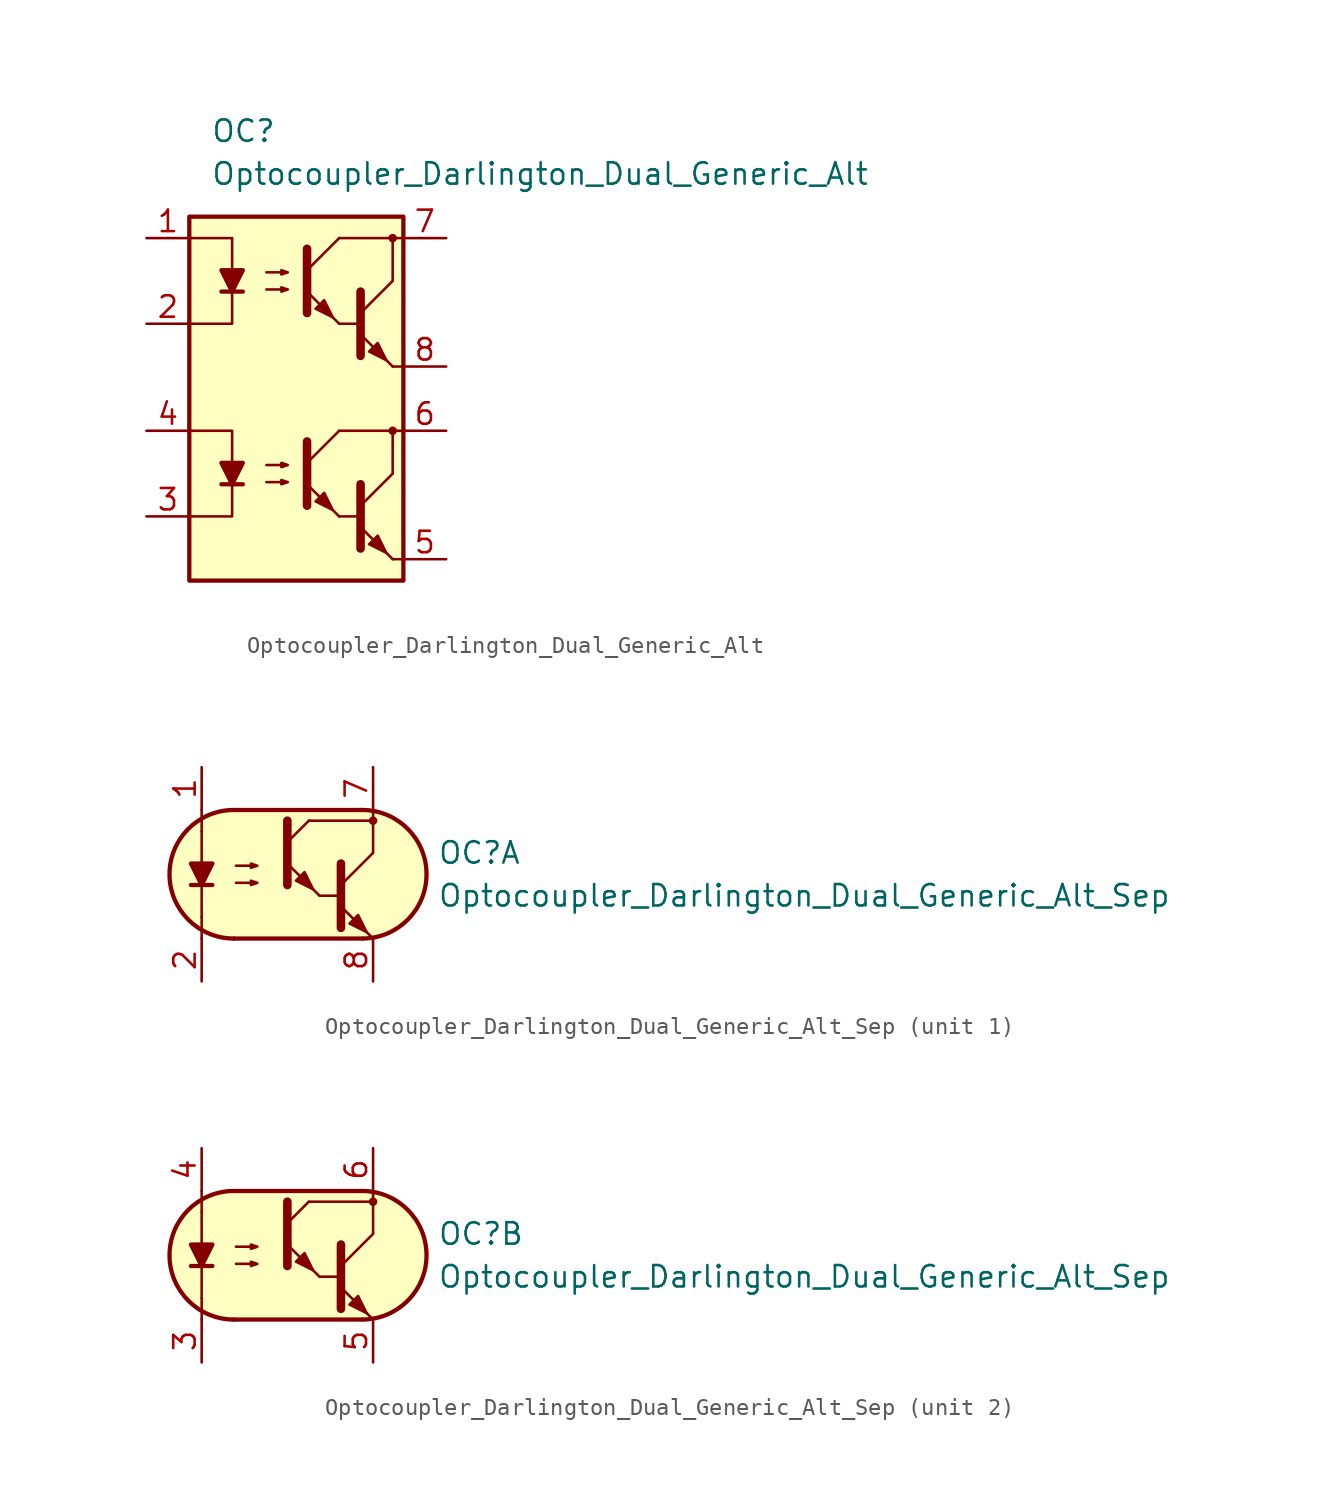
<source format=kicad_sym>
(kicad_symbol_lib
  (version 20211014)
  (generator kicad_symbol_editor)
  (symbol "Optocoupler_AKL:Optocoupler_Darlington_Dual_Generic_Alt"
    (pin_names
      (offset 1.016))
    (property "Reference" "OC"
      (at -3.81 15.24 0)
      (effects (font (size 1.27 1.27)) (justify left)))
    (property "Value" "Optocoupler_Darlington_Dual_Generic_Alt"
      (at -3.81 12.7 0)
      (effects (font (size 1.27 1.27)) (justify left)))
    (symbol "Optocoupler_Darlington_Dual_Generic_Alt_0_1"
      (rectangle (start -5.08 10.16) (end 7.62 -11.43) (stroke (width 0.254) (type default) (color 0 0 0 0)) (fill (type background)))
      (polyline (pts (xy -3.175 5.715) (xy -1.905 5.715)) (stroke (width 0.254) (type default) (color 0 0 0 0)) (fill (type none)))
      (polyline (pts (xy 3.81 3.81) (xy 5.08 3.81)) (stroke (width 0) (type default) (color 0 0 0 0)) (fill (type none)))
      (polyline (pts (xy 5.08 4.445) (xy 6.985 6.35)) (stroke (width 0) (type default) (color 0 0 0 0)) (fill (type none)))
      (polyline (pts (xy 6.985 1.27) (xy 5.08 3.175)) (stroke (width 0) (type default) (color 0 0 0 0)) (fill (type outline)))
      (polyline (pts (xy 6.985 1.27) (xy 7.62 1.27)) (stroke (width 0) (type default) (color 0 0 0 0)) (fill (type none)))
      (polyline (pts (xy 6.985 6.35) (xy 6.985 8.89)) (stroke (width 0) (type default) (color 0 0 0 0)) (fill (type none)))
      (polyline (pts (xy 7.62 8.89) (xy 3.81 8.89)) (stroke (width 0) (type default) (color 0 0 0 0)) (fill (type none)))
      (polyline (pts (xy -5.08 8.89) (xy -2.54 8.89) (xy -2.54 5.715)) (stroke (width 0) (type default) (color 0 0 0 0)) (fill (type none)))
      (polyline (pts (xy -2.54 5.715) (xy -2.54 3.81) (xy -5.08 3.81)) (stroke (width 0) (type default) (color 0 0 0 0)) (fill (type none)))
      (polyline (pts (xy 5.08 5.715) (xy 5.08 1.905) (xy 5.08 1.905)) (stroke (width 0.508) (type default) (color 0 0 0 0)) (fill (type none)))
      (polyline (pts (xy -2.54 5.715) (xy -3.175 6.985) (xy -1.905 6.985) (xy -2.54 5.715)) (stroke (width 0.254) (type default) (color 0 0 0 0)) (fill (type outline)))
      (polyline (pts (xy -0.508 5.842) (xy 0.762 5.842) (xy 0.381 5.715) (xy 0.381 5.969) (xy 0.762 5.842)) (stroke (width 0) (type default) (color 0 0 0 0)) (fill (type none)))
      (polyline (pts (xy -0.508 6.858) (xy 0.762 6.858) (xy 0.381 6.731) (xy 0.381 6.985) (xy 0.762 6.858)) (stroke (width 0) (type default) (color 0 0 0 0)) (fill (type none)))
      (polyline (pts (xy 5.588 2.159) (xy 6.096 2.667) (xy 6.604 1.651) (xy 5.588 2.159) (xy 5.588 2.159)) (stroke (width 0) (type default) (color 0 0 0 0)) (fill (type outline)))
      (circle (center 6.985 8.89) (radius 0.178) (stroke (width 0)) (stroke (width 0) (type default) (color 0 0 0 0)) (fill (type outline))))
    (symbol "Optocoupler_Darlington_Dual_Generic_Alt_1_1"
      (polyline (pts (xy -3.175 -5.715) (xy -1.905 -5.715)) (stroke (width 0.254) (type default) (color 0 0 0 0)) (fill (type none)))
      (polyline (pts (xy 1.905 -4.445) (xy 3.81 -2.54)) (stroke (width 0) (type default) (color 0 0 0 0)) (fill (type none)))
      (polyline (pts (xy 1.905 6.985) (xy 3.81 8.89)) (stroke (width 0) (type default) (color 0 0 0 0)) (fill (type none)))
      (polyline (pts (xy 3.81 -7.62) (xy 1.905 -5.715)) (stroke (width 0) (type default) (color 0 0 0 0)) (fill (type outline)))
      (polyline (pts (xy 3.81 -7.62) (xy 5.08 -7.62)) (stroke (width 0) (type default) (color 0 0 0 0)) (fill (type none)))
      (polyline (pts (xy 3.81 3.81) (xy 1.905 5.715)) (stroke (width 0) (type default) (color 0 0 0 0)) (fill (type outline)))
      (polyline (pts (xy 5.08 -6.985) (xy 6.985 -5.08)) (stroke (width 0) (type default) (color 0 0 0 0)) (fill (type none)))
      (polyline (pts (xy 6.985 -10.16) (xy 5.08 -8.255)) (stroke (width 0) (type default) (color 0 0 0 0)) (fill (type outline)))
      (polyline (pts (xy 6.985 -10.16) (xy 7.62 -10.16)) (stroke (width 0) (type default) (color 0 0 0 0)) (fill (type none)))
      (polyline (pts (xy 6.985 -5.08) (xy 6.985 -2.54)) (stroke (width 0) (type default) (color 0 0 0 0)) (fill (type none)))
      (polyline (pts (xy 7.62 -2.54) (xy 3.81 -2.54)) (stroke (width 0) (type default) (color 0 0 0 0)) (fill (type none)))
      (polyline (pts (xy -5.08 -2.54) (xy -2.54 -2.54) (xy -2.54 -5.715)) (stroke (width 0) (type default) (color 0 0 0 0)) (fill (type none)))
      (polyline (pts (xy -2.54 -5.715) (xy -2.54 -7.62) (xy -5.08 -7.62)) (stroke (width 0) (type default) (color 0 0 0 0)) (fill (type none)))
      (polyline (pts (xy 1.905 -3.175) (xy 1.905 -6.985) (xy 1.905 -6.985)) (stroke (width 0.508) (type default) (color 0 0 0 0)) (fill (type none)))
      (polyline (pts (xy 1.905 8.255) (xy 1.905 4.445) (xy 1.905 4.445)) (stroke (width 0.508) (type default) (color 0 0 0 0)) (fill (type none)))
      (polyline (pts (xy 5.08 -5.715) (xy 5.08 -9.525) (xy 5.08 -9.525)) (stroke (width 0.508) (type default) (color 0 0 0 0)) (fill (type none)))
      (polyline (pts (xy -2.54 -5.715) (xy -3.175 -4.445) (xy -1.905 -4.445) (xy -2.54 -5.715)) (stroke (width 0.254) (type default) (color 0 0 0 0)) (fill (type outline)))
      (polyline (pts (xy -0.508 -5.588) (xy 0.762 -5.588) (xy 0.381 -5.715) (xy 0.381 -5.461) (xy 0.762 -5.588)) (stroke (width 0) (type default) (color 0 0 0 0)) (fill (type none)))
      (polyline (pts (xy -0.508 -4.572) (xy 0.762 -4.572) (xy 0.381 -4.699) (xy 0.381 -4.445) (xy 0.762 -4.572)) (stroke (width 0) (type default) (color 0 0 0 0)) (fill (type none)))
      (polyline (pts (xy 2.413 -6.731) (xy 2.921 -6.223) (xy 3.429 -7.239) (xy 2.413 -6.731) (xy 2.413 -6.731)) (stroke (width 0) (type default) (color 0 0 0 0)) (fill (type outline)))
      (polyline (pts (xy 2.413 4.699) (xy 2.921 5.207) (xy 3.429 4.191) (xy 2.413 4.699) (xy 2.413 4.699)) (stroke (width 0) (type default) (color 0 0 0 0)) (fill (type outline)))
      (polyline (pts (xy 5.588 -9.271) (xy 6.096 -8.763) (xy 6.604 -9.779) (xy 5.588 -9.271) (xy 5.588 -9.271)) (stroke (width 0) (type default) (color 0 0 0 0)) (fill (type outline)))
      (circle (center 6.985 -2.54) (radius 0.178) (stroke (width 0)) (stroke (width 0) (type default) (color 0 0 0 0)) (fill (type outline)))
      (pin passive line (at -7.62 8.89 0) (length 2.54) (name "~" (effects (font (size 1.27 1.27)))) (number "1" (effects (font (size 1.27 1.27)))))
      (pin passive line (at -7.62 3.81 0) (length 2.54) (name "~" (effects (font (size 1.27 1.27)))) (number "2" (effects (font (size 1.27 1.27)))))
      (pin passive line (at -7.62 -7.62 0) (length 2.54) (name "~" (effects (font (size 1.27 1.27)))) (number "3" (effects (font (size 1.27 1.27)))))
      (pin passive line (at -7.62 -2.54 0) (length 2.54) (name "~" (effects (font (size 1.27 1.27)))) (number "4" (effects (font (size 1.27 1.27)))))
      (pin passive line (at 10.16 -10.16 180) (length 2.54) (name "~" (effects (font (size 1.27 1.27)))) (number "5" (effects (font (size 1.27 1.27)))))
      (pin passive line (at 10.16 -2.54 180) (length 2.54) (name "~" (effects (font (size 1.27 1.27)))) (number "6" (effects (font (size 1.27 1.27)))))
      (pin passive line (at 10.16 8.89 180) (length 2.54) (name "~" (effects (font (size 1.27 1.27)))) (number "7" (effects (font (size 1.27 1.27)))))
      (pin passive line (at 10.16 1.27 180) (length 2.54) (name "~" (effects (font (size 1.27 1.27)))) (number "8" (effects (font (size 1.27 1.27)))))))
  (symbol "Optocoupler_AKL:Optocoupler_Darlington_Dual_Generic_Alt_Sep"
    (pin_names
      (offset 1.016))
    (property "Reference" "OC"
      (at 8.89 1.27 0)
      (effects (font (size 1.27 1.27)) (justify left)))
    (property "Value" "Optocoupler_Darlington_Dual_Generic_Alt_Sep"
      (at 8.89 -1.27 0)
      (effects (font (size 1.27 1.27)) (justify left)))
    (property "ki_locked" ""
      (at 0 0 0)
      (effects (font (size 1.27 1.27))))
    (symbol "Optocoupler_Darlington_Dual_Generic_Alt_Sep_0_1"
      (arc (start -3.2135 3.8099) (mid -6.9851 -0.016) (end -3.1816 -3.8101) (stroke (width 0.254) (type default) (color 0 0 0 0)) (fill (type none)))
      (polyline (pts (xy -5.08 -2.54) (xy -5.08 -3.81)) (stroke (width 0.152) (type default) (color 0 0 0 0)) (fill (type none)))
      (polyline (pts (xy -5.08 -2.54) (xy -5.08 2.54)) (stroke (width 0.152) (type default) (color 0 0 0 0)) (fill (type none)))
      (polyline (pts (xy -5.08 2.54) (xy -5.08 3.81)) (stroke (width 0.152) (type default) (color 0 0 0 0)) (fill (type none)))
      (polyline (pts (xy -3.175 -3.81) (xy 4.445 -3.81)) (stroke (width 0.254) (type default) (color 0 0 0 0)) (fill (type none)))
      (polyline (pts (xy 1.27 3.175) (xy 5.08 3.175)) (stroke (width 0.152) (type default) (color 0 0 0 0)) (fill (type none)))
      (polyline (pts (xy 1.905 -1.27) (xy 3.175 -1.27)) (stroke (width 0) (type default) (color 0 0 0 0)) (fill (type none)))
      (polyline (pts (xy 3.175 -0.635) (xy 5.08 1.27)) (stroke (width 0) (type default) (color 0 0 0 0)) (fill (type none)))
      (polyline (pts (xy 4.445 3.81) (xy -3.175 3.81)) (stroke (width 0.254) (type default) (color 0 0 0 0)) (fill (type none)))
      (polyline (pts (xy 5.08 -3.81) (xy 3.175 -1.905)) (stroke (width 0) (type default) (color 0 0 0 0)) (fill (type outline)))
      (polyline (pts (xy 5.08 1.27) (xy 5.08 3.81)) (stroke (width 0.152) (type default) (color 0 0 0 0)) (fill (type none)))
      (polyline (pts (xy 3.175 0.635) (xy 3.175 -3.175) (xy 3.175 -3.175)) (stroke (width 0.508) (type default) (color 0 0 0 0)) (fill (type none)))
      (polyline (pts (xy -3.048 -0.508) (xy -1.778 -0.508) (xy -2.159 -0.635) (xy -2.159 -0.381) (xy -1.778 -0.508)) (stroke (width 0) (type default) (color 0 0 0 0)) (fill (type none)))
      (polyline (pts (xy -3.048 0.508) (xy -1.778 0.508) (xy -2.159 0.381) (xy -2.159 0.635) (xy -1.778 0.508)) (stroke (width 0) (type default) (color 0 0 0 0)) (fill (type none)))
      (polyline (pts (xy 3.683 -2.921) (xy 4.191 -2.413) (xy 4.699 -3.429) (xy 3.683 -2.921) (xy 3.683 -2.921)) (stroke (width 0) (type default) (color 0 0 0 0)) (fill (type outline)))
      (polyline (pts (xy 4.445 3.81) (xy -2.921 3.81) (xy -3.302 3.81) (xy -3.556 3.81) (xy -4.191 3.683) (xy -4.826 3.429) (xy -5.334 3.175) (xy -6.223 2.286) (xy -6.858 1.016) (xy -6.985 -0.127) (xy -6.731 -1.27) (xy -6.096 -2.413) (xy -5.08 -3.302) (xy -3.556 -3.81) (xy 4.826 -3.81) (xy 5.842 -3.556) (xy 6.858 -2.921) (xy 7.62 -2.159) (xy 8.001 -1.397) (xy 8.255 -0.127) (xy 8.128 0.889) (xy 7.874 1.651) (xy 7.493 2.286) (xy 6.985 2.794) (xy 6.35 3.302) (xy 5.461 3.683) (xy 4.445 3.81)) (stroke (width 0.01) (type default) (color 0 0 0 0)) (fill (type background)))
      (arc (start 4.4769 -3.81) (mid 8.2485 0.0159) (end 4.445 3.81) (stroke (width 0.254) (type default) (color 0 0 0 0)) (fill (type none))))
    (symbol "Optocoupler_Darlington_Dual_Generic_Alt_Sep_1_1"
      (polyline (pts (xy -5.715 -0.635) (xy -4.445 -0.635)) (stroke (width 0.254) (type default) (color 0 0 0 0)) (fill (type none)))
      (polyline (pts (xy 0 1.905) (xy 1.27 3.175)) (stroke (width 0) (type default) (color 0 0 0 0)) (fill (type none)))
      (polyline (pts (xy 1.905 -1.27) (xy 0 0.635)) (stroke (width 0) (type default) (color 0 0 0 0)) (fill (type outline)))
      (polyline (pts (xy 0 3.175) (xy 0 -0.635) (xy 0 -0.635)) (stroke (width 0.508) (type default) (color 0 0 0 0)) (fill (type none)))
      (polyline (pts (xy -5.08 -0.635) (xy -5.715 0.635) (xy -4.445 0.635) (xy -5.08 -0.635)) (stroke (width 0.254) (type default) (color 0 0 0 0)) (fill (type outline)))
      (polyline (pts (xy 0.508 -0.381) (xy 1.016 0.127) (xy 1.524 -0.889) (xy 0.508 -0.381) (xy 0.508 -0.381)) (stroke (width 0) (type default) (color 0 0 0 0)) (fill (type outline)))
      (circle (center 5.08 3.175) (radius 0.178) (stroke (width 0)) (stroke (width 0) (type default) (color 0 0 0 0)) (fill (type outline)))
      (pin passive line (at -5.08 6.35 270) (length 2.54) (name "~" (effects (font (size 1.27 1.27)))) (number "1" (effects (font (size 1.27 1.27)))))
      (pin passive line (at -5.08 -6.35 90) (length 2.54) (name "~" (effects (font (size 1.27 1.27)))) (number "2" (effects (font (size 1.27 1.27)))))
      (pin passive line (at 5.08 6.35 270) (length 2.54) (name "~" (effects (font (size 1.27 1.27)))) (number "7" (effects (font (size 1.27 1.27)))))
      (pin passive line (at 5.08 -6.35 90) (length 2.54) (name "~" (effects (font (size 1.27 1.27)))) (number "8" (effects (font (size 1.27 1.27))))))
    (symbol "Optocoupler_Darlington_Dual_Generic_Alt_Sep_2_1"
      (polyline (pts (xy -5.715 -0.635) (xy -4.445 -0.635)) (stroke (width 0.254) (type default) (color 0 0 0 0)) (fill (type none)))
      (polyline (pts (xy 0 1.905) (xy 1.27 3.175)) (stroke (width 0) (type default) (color 0 0 0 0)) (fill (type none)))
      (polyline (pts (xy 1.905 -1.27) (xy 0 0.635)) (stroke (width 0) (type default) (color 0 0 0 0)) (fill (type outline)))
      (polyline (pts (xy 0 3.175) (xy 0 -0.635) (xy 0 -0.635)) (stroke (width 0.508) (type default) (color 0 0 0 0)) (fill (type none)))
      (polyline (pts (xy -5.08 -0.635) (xy -5.715 0.635) (xy -4.445 0.635) (xy -5.08 -0.635)) (stroke (width 0.254) (type default) (color 0 0 0 0)) (fill (type outline)))
      (polyline (pts (xy 0.508 -0.381) (xy 1.016 0.127) (xy 1.524 -0.889) (xy 0.508 -0.381) (xy 0.508 -0.381)) (stroke (width 0) (type default) (color 0 0 0 0)) (fill (type outline)))
      (circle (center 5.08 3.175) (radius 0.178) (stroke (width 0)) (stroke (width 0) (type default) (color 0 0 0 0)) (fill (type outline)))
      (pin passive line (at -5.08 -6.35 90) (length 2.54) (name "~" (effects (font (size 1.27 1.27)))) (number "3" (effects (font (size 1.27 1.27)))))
      (pin passive line (at -5.08 6.35 270) (length 2.54) (name "~" (effects (font (size 1.27 1.27)))) (number "4" (effects (font (size 1.27 1.27)))))
      (pin passive line (at 5.08 -6.35 90) (length 2.54) (name "~" (effects (font (size 1.27 1.27)))) (number "5" (effects (font (size 1.27 1.27)))))
      (pin passive line (at 5.08 6.35 270) (length 2.54) (name "~" (effects (font (size 1.27 1.27)))) (number "6" (effects (font (size 1.27 1.27))))))))
</source>
